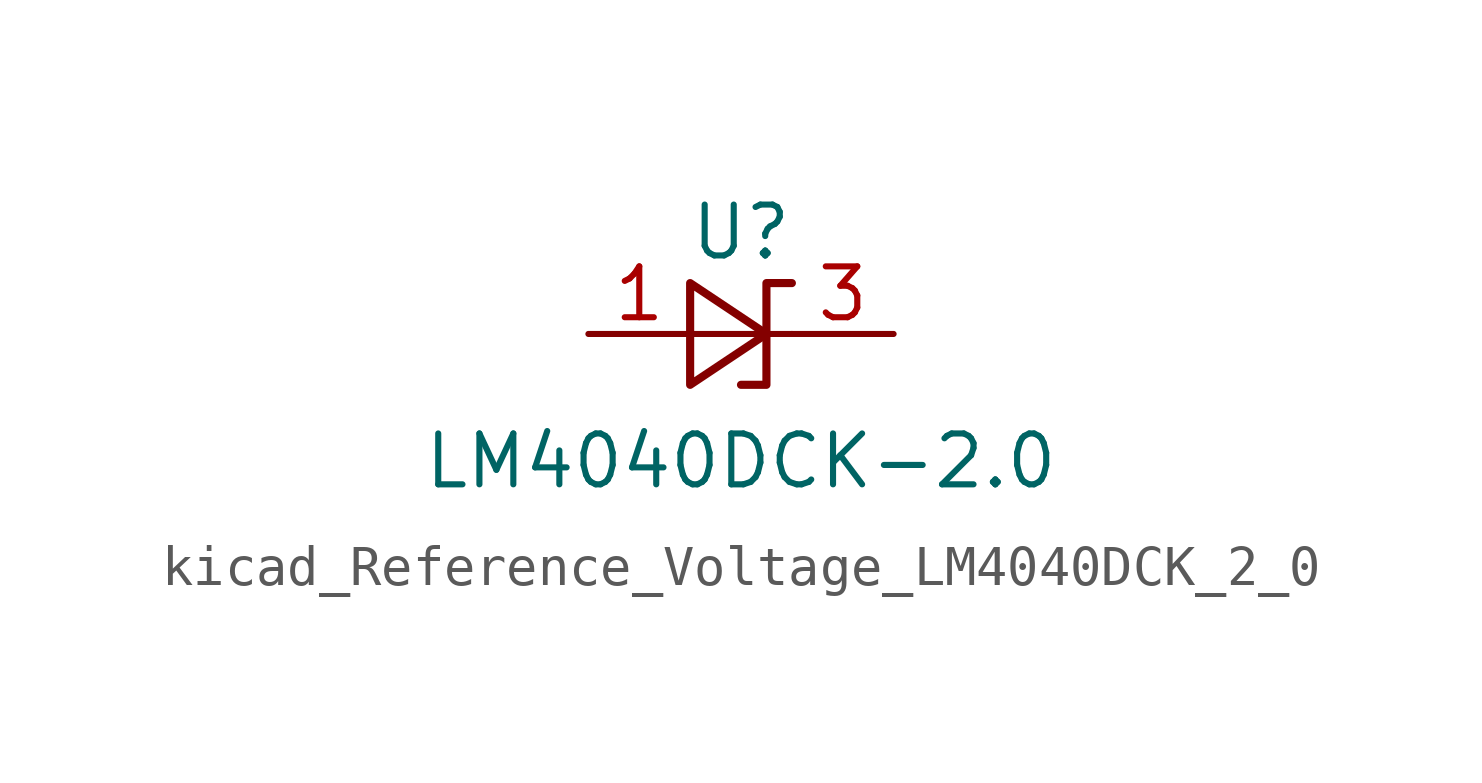
<source format=kicad_sym>
(kicad_symbol_lib
  (version 20220914)
  (generator kicad_symbol_editor)
  (symbol "kicad_Reference_Voltage_LM4040DCK_2_0"
    (pin_names
      (offset 0.025) hide)
    (property "Reference" "U"
      (at 0 2.54 0)
      (effects (font (size 1.27 1.27))))
    (property "Value" "LM4040DCK-2.0"
      (at 0 -3.175 0)
      (effects (font (size 1.27 1.27))))
    (symbol "kicad_Reference_Voltage_LM4040DCK_2_0_0_1"
      (polyline (pts (xy -1.27 0) (xy 0 0) (xy 1.27 0)) (stroke (width 0) (type default)) (fill (type none)))
      (polyline (pts (xy -1.27 -1.27) (xy 0.635 0) (xy -1.27 1.27) (xy -1.27 -1.27)) (stroke (width 0.203) (type default)) (fill (type none)))
      (polyline (pts (xy 0 -1.27) (xy 0.635 -1.27) (xy 0.635 1.27) (xy 1.27 1.27)) (stroke (width 0.203) (type default)) (fill (type none))))
    (symbol "kicad_Reference_Voltage_LM4040DCK_2_0_1_1"
      (pin passive line (at -3.81 0 0) (length 2.54) (name "A" (effects (font (size 1.27 1.27)))) (number "1" (effects (font (size 1.27 1.27)))))
      (pin passive line (at 3.81 0 180) (length 2.54) (name "K" (effects (font (size 1.27 1.27)))) (number "3" (effects (font (size 1.27 1.27))))))))
</source>
